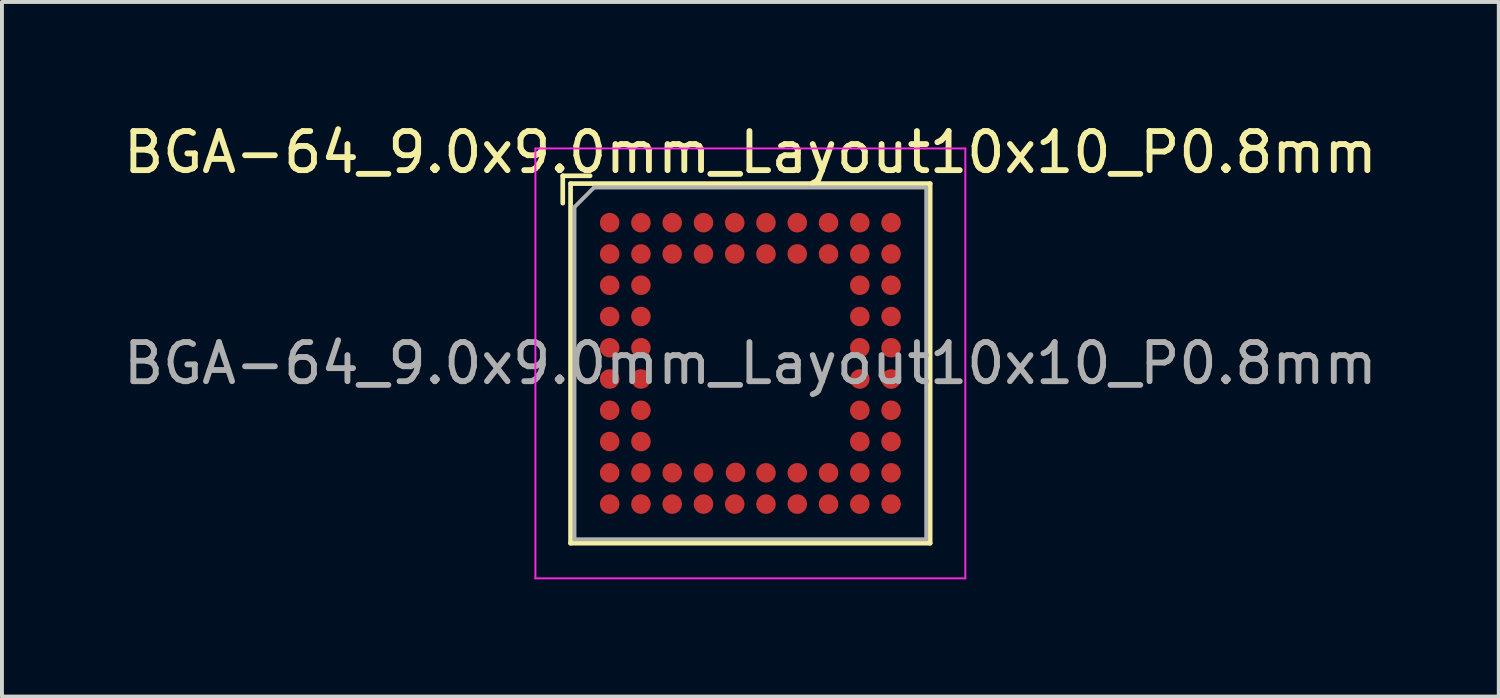
<source format=kicad_pcb>
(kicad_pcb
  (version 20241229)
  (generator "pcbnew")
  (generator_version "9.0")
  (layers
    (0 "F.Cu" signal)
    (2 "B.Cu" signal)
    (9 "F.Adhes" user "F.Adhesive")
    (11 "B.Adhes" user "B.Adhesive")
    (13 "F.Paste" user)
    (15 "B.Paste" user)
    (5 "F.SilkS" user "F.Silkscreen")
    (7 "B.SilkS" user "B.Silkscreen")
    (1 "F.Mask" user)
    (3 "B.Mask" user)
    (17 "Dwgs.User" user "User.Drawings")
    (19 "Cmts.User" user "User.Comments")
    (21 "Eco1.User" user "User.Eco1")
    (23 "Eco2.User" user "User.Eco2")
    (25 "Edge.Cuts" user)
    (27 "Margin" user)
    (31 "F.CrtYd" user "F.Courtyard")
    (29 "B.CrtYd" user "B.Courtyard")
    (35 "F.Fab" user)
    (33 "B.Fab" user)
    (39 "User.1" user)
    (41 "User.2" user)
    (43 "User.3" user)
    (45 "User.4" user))
  (footprint "BGA-64_9.0x9.0mm_Layout10x10_P0.8mm"
    (layer "F.Cu")
    (at 16.149 6.248)
    (property "Reference" "BGA-64_9.0x9.0mm_Layout10x10_P0.8mm" (at 0 -5.4 0) (layer "F.SilkS") (effects (font (size 1 1) (thickness 0.15))))
    (attr smd)
    (fp_line (start -4.8 -4.8) (end -4.1 -4.8) (stroke (width 0.12) (type solid)) (layer "F.SilkS"))
    (fp_line (start -4.8 -4.1) (end -4.8 -4.8) (stroke (width 0.12) (type solid)) (layer "F.SilkS"))
    (fp_line (start -4.6 -4.6) (end -4.6 4.6) (stroke (width 0.12) (type solid)) (layer "F.SilkS"))
    (fp_line (start -4.6 4.6) (end 4.6 4.6) (stroke (width 0.12) (type solid)) (layer "F.SilkS"))
    (fp_line (start 4.6 -4.6) (end -4.6 -4.6) (stroke (width 0.12) (type solid)) (layer "F.SilkS"))
    (fp_line (start 4.6 4.6) (end 4.6 -4.6) (stroke (width 0.12) (type solid)) (layer "F.SilkS"))
    (fp_line (start -5.5 -5.5) (end -5.5 5.5) (stroke (width 0.05) (type solid)) (layer "F.CrtYd"))
    (fp_line (start -5.5 -5.5) (end 5.5 -5.5) (stroke (width 0.05) (type solid)) (layer "F.CrtYd"))
    (fp_line (start 5.5 5.5) (end -5.5 5.5) (stroke (width 0.05) (type solid)) (layer "F.CrtYd"))
    (fp_line (start 5.5 5.5) (end 5.5 -5.5) (stroke (width 0.05) (type solid)) (layer "F.CrtYd"))
    (fp_line (start -4.5 -4) (end -4.5 4.5) (stroke (width 0.1) (type solid)) (layer "F.Fab"))
    (fp_line (start -4.5 4.5) (end 4.5 4.5) (stroke (width 0.1) (type solid)) (layer "F.Fab"))
    (fp_line (start -4 -4.5) (end -4.5 -4) (stroke (width 0.1) (type solid)) (layer "F.Fab"))
    (fp_line (start 4.5 -4.5) (end -4 -4.5) (stroke (width 0.1) (type solid)) (layer "F.Fab"))
    (fp_line (start 4.5 4.5) (end 4.5 -4.5) (stroke (width 0.1) (type solid)) (layer "F.Fab"))
    (fp_text user "${REFERENCE}" (at 0 0 0) (layer "F.Fab") (effects (font (size 1 1) (thickness 0.15))))
    (pad "A1" smd circle (at -3.6 -3.6) (size 0.5 0.5) (layers "F.Cu" "F.Mask" "F.Paste"))
    (pad "A2" smd circle (at -2.8 -3.6) (size 0.5 0.5) (layers "F.Cu" "F.Mask" "F.Paste"))
    (pad "A3" smd circle (at -2 -3.6) (size 0.5 0.5) (layers "F.Cu" "F.Mask" "F.Paste"))
    (pad "A4" smd circle (at -1.2 -3.6) (size 0.5 0.5) (layers "F.Cu" "F.Mask" "F.Paste"))
    (pad "A5" smd circle (at -0.4 -3.6) (size 0.5 0.5) (layers "F.Cu" "F.Mask" "F.Paste"))
    (pad "A6" smd circle (at 0.4 -3.6) (size 0.5 0.5) (layers "F.Cu" "F.Mask" "F.Paste"))
    (pad "A7" smd circle (at 1.2 -3.6) (size 0.5 0.5) (layers "F.Cu" "F.Mask" "F.Paste"))
    (pad "A8" smd circle (at 2 -3.6) (size 0.5 0.5) (layers "F.Cu" "F.Mask" "F.Paste"))
    (pad "A9" smd circle (at 2.8 -3.6) (size 0.5 0.5) (layers "F.Cu" "F.Mask" "F.Paste"))
    (pad "A10" smd circle (at 3.6 -3.6) (size 0.5 0.5) (layers "F.Cu" "F.Mask" "F.Paste"))
    (pad "B1" smd circle (at -3.6 -2.8) (size 0.5 0.5) (layers "F.Cu" "F.Mask" "F.Paste"))
    (pad "B2" smd circle (at -2.8 -2.8) (size 0.5 0.5) (layers "F.Cu" "F.Mask" "F.Paste"))
    (pad "B3" smd circle (at -2 -2.8) (size 0.5 0.5) (layers "F.Cu" "F.Mask" "F.Paste"))
    (pad "B4" smd circle (at -1.2 -2.8) (size 0.5 0.5) (layers "F.Cu" "F.Mask" "F.Paste"))
    (pad "B5" smd circle (at -0.4 -2.8) (size 0.5 0.5) (layers "F.Cu" "F.Mask" "F.Paste"))
    (pad "B6" smd circle (at 0.4 -2.8) (size 0.5 0.5) (layers "F.Cu" "F.Mask" "F.Paste"))
    (pad "B7" smd circle (at 1.2 -2.8) (size 0.5 0.5) (layers "F.Cu" "F.Mask" "F.Paste"))
    (pad "B8" smd circle (at 2 -2.8) (size 0.5 0.5) (layers "F.Cu" "F.Mask" "F.Paste"))
    (pad "B9" smd circle (at 2.8 -2.8) (size 0.5 0.5) (layers "F.Cu" "F.Mask" "F.Paste"))
    (pad "B10" smd circle (at 3.6 -2.8) (size 0.5 0.5) (layers "F.Cu" "F.Mask" "F.Paste"))
    (pad "C1" smd circle (at -3.6 -2) (size 0.5 0.5) (layers "F.Cu" "F.Mask" "F.Paste"))
    (pad "C2" smd circle (at -2.8 -2) (size 0.5 0.5) (layers "F.Cu" "F.Mask" "F.Paste"))
    (pad "C9" smd circle (at 2.8 -2) (size 0.5 0.5) (layers "F.Cu" "F.Mask" "F.Paste"))
    (pad "C10" smd circle (at 3.6 -2) (size 0.5 0.5) (layers "F.Cu" "F.Mask" "F.Paste"))
    (pad "D1" smd circle (at -3.6 -1.2) (size 0.5 0.5) (layers "F.Cu" "F.Mask" "F.Paste"))
    (pad "D2" smd circle (at -2.8 -1.2) (size 0.5 0.5) (layers "F.Cu" "F.Mask" "F.Paste"))
    (pad "D9" smd circle (at 2.8 -1.2) (size 0.5 0.5) (layers "F.Cu" "F.Mask" "F.Paste"))
    (pad "D10" smd circle (at 3.6 -1.2) (size 0.5 0.5) (layers "F.Cu" "F.Mask" "F.Paste"))
    (pad "E1" smd circle (at -3.6 -0.4) (size 0.5 0.5) (layers "F.Cu" "F.Mask" "F.Paste"))
    (pad "E2" smd circle (at -2.8 -0.4) (size 0.5 0.5) (layers "F.Cu" "F.Mask" "F.Paste"))
    (pad "E9" smd circle (at 2.8 -0.4) (size 0.5 0.5) (layers "F.Cu" "F.Mask" "F.Paste"))
    (pad "E10" smd circle (at 3.6 -0.4) (size 0.5 0.5) (layers "F.Cu" "F.Mask" "F.Paste"))
    (pad "F1" smd circle (at -3.6 0.4) (size 0.5 0.5) (layers "F.Cu" "F.Mask" "F.Paste"))
    (pad "F2" smd circle (at -2.8 0.4) (size 0.5 0.5) (layers "F.Cu" "F.Mask" "F.Paste"))
    (pad "F9" smd circle (at 2.8 0.4) (size 0.5 0.5) (layers "F.Cu" "F.Mask" "F.Paste"))
    (pad "F10" smd circle (at 3.6 0.4) (size 0.5 0.5) (layers "F.Cu" "F.Mask" "F.Paste"))
    (pad "G1" smd circle (at -3.6 1.2) (size 0.5 0.5) (layers "F.Cu" "F.Mask" "F.Paste"))
    (pad "G2" smd circle (at -2.8 1.2) (size 0.5 0.5) (layers "F.Cu" "F.Mask" "F.Paste"))
    (pad "G9" smd circle (at 2.8 1.2) (size 0.5 0.5) (layers "F.Cu" "F.Mask" "F.Paste"))
    (pad "G10" smd circle (at 3.6 1.2) (size 0.5 0.5) (layers "F.Cu" "F.Mask" "F.Paste"))
    (pad "H1" smd circle (at -3.6 2) (size 0.5 0.5) (layers "F.Cu" "F.Mask" "F.Paste"))
    (pad "H2" smd circle (at -2.8 2) (size 0.5 0.5) (layers "F.Cu" "F.Mask" "F.Paste"))
    (pad "H9" smd circle (at 2.8 2) (size 0.5 0.5) (layers "F.Cu" "F.Mask" "F.Paste"))
    (pad "H10" smd circle (at 3.6 2) (size 0.5 0.5) (layers "F.Cu" "F.Mask" "F.Paste"))
    (pad "J1" smd circle (at -3.6 2.8) (size 0.5 0.5) (layers "F.Cu" "F.Mask" "F.Paste"))
    (pad "J2" smd circle (at -2.8 2.8) (size 0.5 0.5) (layers "F.Cu" "F.Mask" "F.Paste"))
    (pad "J3" smd circle (at -2 2.8) (size 0.5 0.5) (layers "F.Cu" "F.Mask" "F.Paste"))
    (pad "J4" smd circle (at -1.2 2.8) (size 0.5 0.5) (layers "F.Cu" "F.Mask" "F.Paste"))
    (pad "J5" smd circle (at -0.38 2.79) (size 0.5 0.5) (layers "F.Cu" "F.Mask" "F.Paste"))
    (pad "J6" smd circle (at 0.4 2.8) (size 0.5 0.5) (layers "F.Cu" "F.Mask" "F.Paste"))
    (pad "J7" smd circle (at 1.2 2.8) (size 0.5 0.5) (layers "F.Cu" "F.Mask" "F.Paste"))
    (pad "J8" smd circle (at 2 2.8) (size 0.5 0.5) (layers "F.Cu" "F.Mask" "F.Paste"))
    (pad "J9" smd circle (at 2.8 2.8) (size 0.5 0.5) (layers "F.Cu" "F.Mask" "F.Paste"))
    (pad "J10" smd circle (at 3.6 2.8) (size 0.5 0.5) (layers "F.Cu" "F.Mask" "F.Paste"))
    (pad "K1" smd circle (at -3.6 3.6) (size 0.5 0.5) (layers "F.Cu" "F.Mask" "F.Paste"))
    (pad "K2" smd circle (at -2.8 3.6) (size 0.5 0.5) (layers "F.Cu" "F.Mask" "F.Paste"))
    (pad "K3" smd circle (at -2 3.6) (size 0.5 0.5) (layers "F.Cu" "F.Mask" "F.Paste"))
    (pad "K4" smd circle (at -1.2 3.6) (size 0.5 0.5) (layers "F.Cu" "F.Mask" "F.Paste"))
    (pad "K5" smd circle (at -0.4 3.6) (size 0.5 0.5) (layers "F.Cu" "F.Mask" "F.Paste"))
    (pad "K6" smd circle (at 0.4 3.6) (size 0.5 0.5) (layers "F.Cu" "F.Mask" "F.Paste"))
    (pad "K7" smd circle (at 1.2 3.6) (size 0.5 0.5) (layers "F.Cu" "F.Mask" "F.Paste"))
    (pad "K8" smd circle (at 2 3.6) (size 0.5 0.5) (layers "F.Cu" "F.Mask" "F.Paste"))
    (pad "K9" smd circle (at 2.8 3.6) (size 0.5 0.5) (layers "F.Cu" "F.Mask" "F.Paste"))
    (pad "K10" smd circle (at 3.6 3.6) (size 0.5 0.5) (layers "F.Cu" "F.Mask" "F.Paste")))
  (gr_rect
    (start -3 -3)
    (end 35.298 14.773)
    (stroke (width 0.1) (type default))
    (fill no)
    (layer "Edge.Cuts")))
</source>
